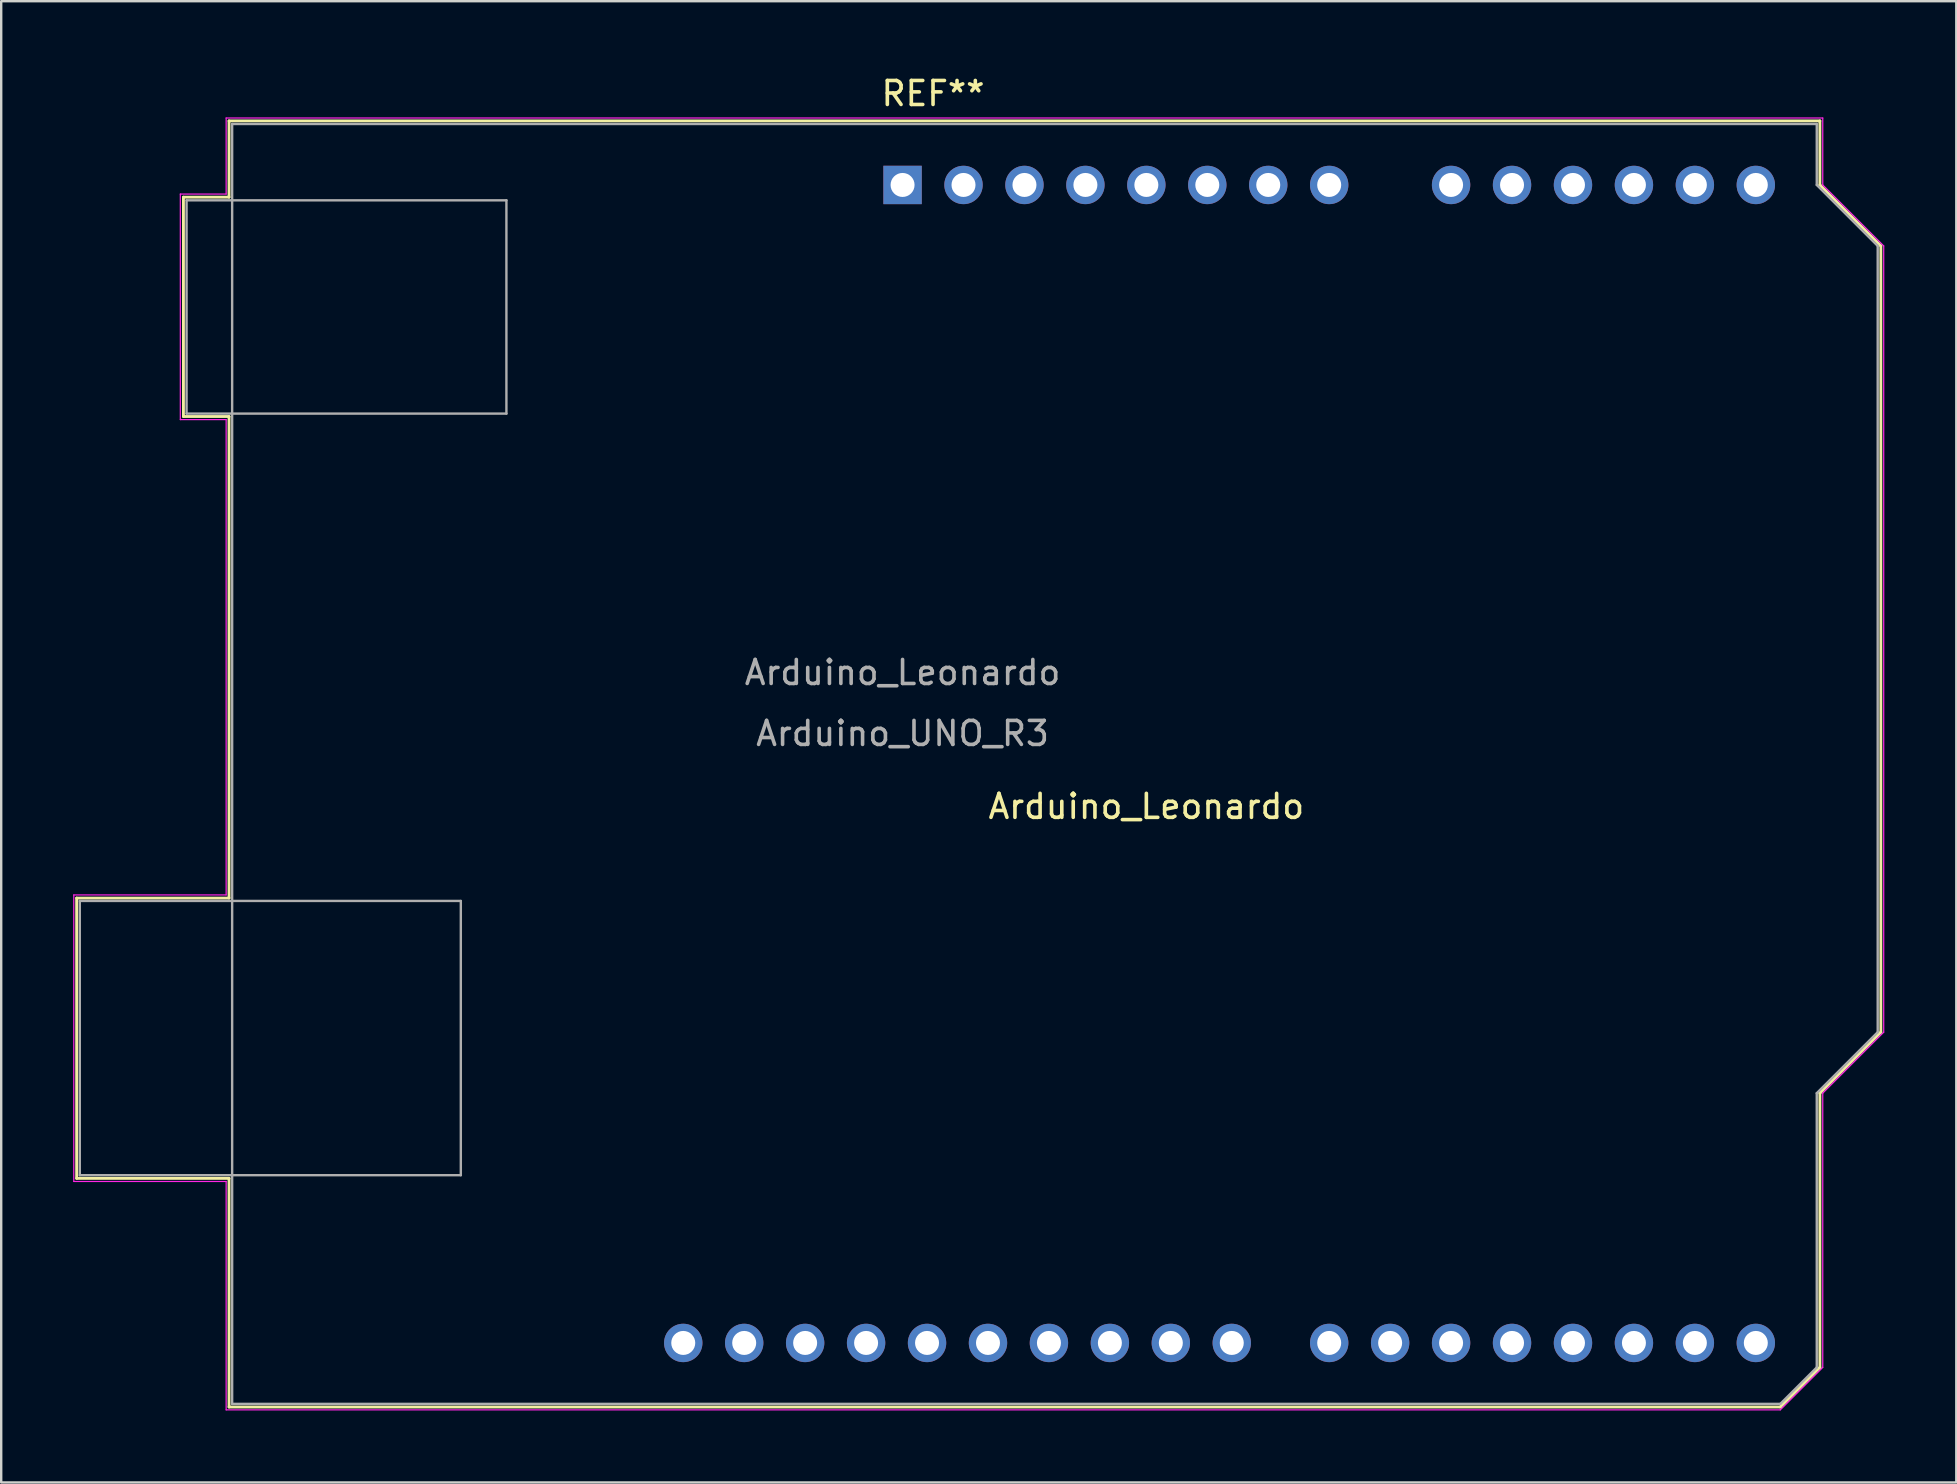
<source format=kicad_pcb>
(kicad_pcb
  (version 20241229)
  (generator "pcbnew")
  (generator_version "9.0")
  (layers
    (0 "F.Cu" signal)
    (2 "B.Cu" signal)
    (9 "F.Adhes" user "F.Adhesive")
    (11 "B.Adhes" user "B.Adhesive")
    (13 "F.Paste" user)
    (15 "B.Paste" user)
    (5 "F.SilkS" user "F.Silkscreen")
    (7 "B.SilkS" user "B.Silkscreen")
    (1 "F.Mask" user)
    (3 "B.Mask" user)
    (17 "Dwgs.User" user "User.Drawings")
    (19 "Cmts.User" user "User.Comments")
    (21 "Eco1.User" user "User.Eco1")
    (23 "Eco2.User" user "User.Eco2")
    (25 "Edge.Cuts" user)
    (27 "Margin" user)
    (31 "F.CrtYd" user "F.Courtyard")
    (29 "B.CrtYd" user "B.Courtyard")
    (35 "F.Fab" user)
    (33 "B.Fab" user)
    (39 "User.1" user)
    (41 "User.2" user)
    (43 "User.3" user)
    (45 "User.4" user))
  (footprint "Arduino_Leonardo"
    (layer "F.Cu")
    (at 44.725 30.058)
    (property "Reference" "Arduino_Leonardo" (at 0 0.5 0) (layer "F.SilkS") (effects (font (size 1 1) (thickness 0.15))))
    (attr through_hole)
    (fp_line (start -44.58 4.32) (end -44.58 16) (stroke (width 0.12) (type solid)) (layer "F.SilkS"))
    (fp_line (start -44.58 16) (end -38.23 16) (stroke (width 0.12) (type solid)) (layer "F.SilkS"))
    (fp_line (start -40.13 -24.89) (end -40.13 -15.75) (stroke (width 0.12) (type solid)) (layer "F.SilkS"))
    (fp_line (start -40.13 -15.75) (end -38.23 -15.75) (stroke (width 0.12) (type solid)) (layer "F.SilkS"))
    (fp_line (start -38.23 -28.07) (end -38.23 -24.89) (stroke (width 0.12) (type solid)) (layer "F.SilkS"))
    (fp_line (start -38.23 -24.89) (end -40.13 -24.89) (stroke (width 0.12) (type solid)) (layer "F.SilkS"))
    (fp_line (start -38.23 -15.75) (end -38.23 4.32) (stroke (width 0.12) (type solid)) (layer "F.SilkS"))
    (fp_line (start -38.23 4.32) (end -44.58 4.32) (stroke (width 0.12) (type solid)) (layer "F.SilkS"))
    (fp_line (start -38.23 16) (end -38.23 25.53) (stroke (width 0.12) (type solid)) (layer "F.SilkS"))
    (fp_line (start -38.23 25.53) (end 26.42 25.53) (stroke (width 0.12) (type solid)) (layer "F.SilkS"))
    (fp_line (start 26.42 25.53) (end 28.07 23.88) (stroke (width 0.12) (type solid)) (layer "F.SilkS"))
    (fp_line (start 28.07 -28.07) (end -38.23 -28.07) (stroke (width 0.12) (type solid)) (layer "F.SilkS"))
    (fp_line (start 28.07 -25.4) (end 28.07 -28.07) (stroke (width 0.12) (type solid)) (layer "F.SilkS"))
    (fp_line (start 28.07 12.45) (end 30.61 9.91) (stroke (width 0.12) (type solid)) (layer "F.SilkS"))
    (fp_line (start 28.07 23.88) (end 28.07 12.45) (stroke (width 0.12) (type solid)) (layer "F.SilkS"))
    (fp_line (start 30.61 -22.86) (end 28.07 -25.4) (stroke (width 0.12) (type solid)) (layer "F.SilkS"))
    (fp_line (start 30.61 9.91) (end 30.61 -22.86) (stroke (width 0.12) (type solid)) (layer "F.SilkS"))
    (fp_line (start -44.7 4.19) (end -38.35 4.19) (stroke (width 0.05) (type solid)) (layer "F.CrtYd"))
    (fp_line (start -44.7 16.13) (end -44.7 4.19) (stroke (width 0.05) (type solid)) (layer "F.CrtYd"))
    (fp_line (start -40.26 -25.02) (end -38.35 -25.02) (stroke (width 0.05) (type solid)) (layer "F.CrtYd"))
    (fp_line (start -40.26 -15.62) (end -40.26 -25.02) (stroke (width 0.05) (type solid)) (layer "F.CrtYd"))
    (fp_line (start -38.35 -28.19) (end 28.19 -28.19) (stroke (width 0.05) (type solid)) (layer "F.CrtYd"))
    (fp_line (start -38.35 -25.02) (end -38.35 -28.19) (stroke (width 0.05) (type solid)) (layer "F.CrtYd"))
    (fp_line (start -38.35 -15.62) (end -40.26 -15.62) (stroke (width 0.05) (type solid)) (layer "F.CrtYd"))
    (fp_line (start -38.35 4.19) (end -38.35 -15.62) (stroke (width 0.05) (type solid)) (layer "F.CrtYd"))
    (fp_line (start -38.35 16.13) (end -44.7 16.13) (stroke (width 0.05) (type solid)) (layer "F.CrtYd"))
    (fp_line (start -38.35 25.65) (end -38.35 16.13) (stroke (width 0.05) (type solid)) (layer "F.CrtYd"))
    (fp_line (start 26.42 25.65) (end -38.35 25.65) (stroke (width 0.05) (type solid)) (layer "F.CrtYd"))
    (fp_line (start 28.19 -28.19) (end 28.19 -25.4) (stroke (width 0.05) (type solid)) (layer "F.CrtYd"))
    (fp_line (start 28.19 -25.4) (end 30.73 -22.86) (stroke (width 0.05) (type solid)) (layer "F.CrtYd"))
    (fp_line (start 28.19 12.45) (end 28.19 23.88) (stroke (width 0.05) (type solid)) (layer "F.CrtYd"))
    (fp_line (start 28.19 23.88) (end 26.42 25.65) (stroke (width 0.05) (type solid)) (layer "F.CrtYd"))
    (fp_line (start 30.73 -22.86) (end 30.73 9.91) (stroke (width 0.05) (type solid)) (layer "F.CrtYd"))
    (fp_line (start 30.73 9.91) (end 28.19 12.45) (stroke (width 0.05) (type solid)) (layer "F.CrtYd"))
    (fp_line (start -44.45 4.44) (end -28.57 4.44) (stroke (width 0.1) (type solid)) (layer "F.Fab"))
    (fp_line (start -44.45 15.87) (end -44.45 4.44) (stroke (width 0.1) (type solid)) (layer "F.Fab"))
    (fp_line (start -40 -24.76) (end -26.67 -24.76) (stroke (width 0.1) (type solid)) (layer "F.Fab"))
    (fp_line (start -40 -15.87) (end -40 -24.76) (stroke (width 0.1) (type solid)) (layer "F.Fab"))
    (fp_line (start -38.1 -27.94) (end 27.94 -27.94) (stroke (width 0.1) (type solid)) (layer "F.Fab"))
    (fp_line (start -38.1 25.4) (end -38.1 -27.94) (stroke (width 0.1) (type solid)) (layer "F.Fab"))
    (fp_line (start -28.57 4.44) (end -28.57 15.87) (stroke (width 0.1) (type solid)) (layer "F.Fab"))
    (fp_line (start -28.57 15.87) (end -44.45 15.87) (stroke (width 0.1) (type solid)) (layer "F.Fab"))
    (fp_line (start -26.67 -24.76) (end -26.67 -15.87) (stroke (width 0.1) (type solid)) (layer "F.Fab"))
    (fp_line (start -26.67 -15.87) (end -40 -15.87) (stroke (width 0.1) (type solid)) (layer "F.Fab"))
    (fp_line (start 26.42 25.4) (end -38.1 25.4) (stroke (width 0.1) (type solid)) (layer "F.Fab"))
    (fp_line (start 27.94 -27.94) (end 27.94 -25.4) (stroke (width 0.1) (type solid)) (layer "F.Fab"))
    (fp_line (start 27.94 -25.4) (end 30.48 -22.86) (stroke (width 0.1) (type solid)) (layer "F.Fab"))
    (fp_line (start 27.94 12.45) (end 27.94 23.88) (stroke (width 0.1) (type solid)) (layer "F.Fab"))
    (fp_line (start 27.94 23.88) (end 26.42 25.4) (stroke (width 0.1) (type solid)) (layer "F.Fab"))
    (fp_line (start 30.48 -22.86) (end 30.48 9.91) (stroke (width 0.1) (type solid)) (layer "F.Fab"))
    (fp_line (start 30.48 9.91) (end 27.94 12.45) (stroke (width 0.1) (type solid)) (layer "F.Fab"))
    (fp_text user "REF**" (at -8.89 -29.21 180) (layer "F.SilkS") (effects (font (size 1 1) (thickness 0.15))))
    (fp_text user "Arduino_UNO_R3" (at -10.16 -2.54 0) (layer "F.Fab") (effects (font (size 1 1) (thickness 0.15))))
    (fp_text user "${REFERENCE}" (at -10.16 -5.08 180) (layer "F.Fab") (effects (font (size 1 1) (thickness 0.15))))
    (pad "1" thru_hole rect (at -10.16 -25.4 90) (size 1.6 1.6) (drill 1) (layers "*.Cu" "*.Mask"))
    (pad "2" thru_hole oval (at -7.62 -25.4 90) (size 1.6 1.6) (drill 1) (layers "*.Cu" "*.Mask"))
    (pad "3" thru_hole oval (at -5.08 -25.4 90) (size 1.6 1.6) (drill 1) (layers "*.Cu" "*.Mask"))
    (pad "4" thru_hole oval (at -2.54 -25.4 90) (size 1.6 1.6) (drill 1) (layers "*.Cu" "*.Mask"))
    (pad "5" thru_hole oval (at 0 -25.4 90) (size 1.6 1.6) (drill 1) (layers "*.Cu" "*.Mask"))
    (pad "6" thru_hole oval (at 2.54 -25.4 90) (size 1.6 1.6) (drill 1) (layers "*.Cu" "*.Mask"))
    (pad "7" thru_hole oval (at 5.08 -25.4 90) (size 1.6 1.6) (drill 1) (layers "*.Cu" "*.Mask"))
    (pad "8" thru_hole oval (at 7.62 -25.4 90) (size 1.6 1.6) (drill 1) (layers "*.Cu" "*.Mask"))
    (pad "9" thru_hole oval (at 12.7 -25.4 90) (size 1.6 1.6) (drill 1) (layers "*.Cu" "*.Mask"))
    (pad "10" thru_hole oval (at 15.24 -25.4 90) (size 1.6 1.6) (drill 1) (layers "*.Cu" "*.Mask"))
    (pad "11" thru_hole oval (at 17.78 -25.4 90) (size 1.6 1.6) (drill 1) (layers "*.Cu" "*.Mask"))
    (pad "12" thru_hole oval (at 20.32 -25.4 90) (size 1.6 1.6) (drill 1) (layers "*.Cu" "*.Mask"))
    (pad "13" thru_hole oval (at 22.86 -25.4 90) (size 1.6 1.6) (drill 1) (layers "*.Cu" "*.Mask"))
    (pad "14" thru_hole oval (at 25.4 -25.4 90) (size 1.6 1.6) (drill 1) (layers "*.Cu" "*.Mask"))
    (pad "15" thru_hole oval (at 25.4 22.86 90) (size 1.6 1.6) (drill 1) (layers "*.Cu" "*.Mask"))
    (pad "16" thru_hole oval (at 22.86 22.86 90) (size 1.6 1.6) (drill 1) (layers "*.Cu" "*.Mask"))
    (pad "17" thru_hole oval (at 20.32 22.86 90) (size 1.6 1.6) (drill 1) (layers "*.Cu" "*.Mask"))
    (pad "18" thru_hole oval (at 17.78 22.86 90) (size 1.6 1.6) (drill 1) (layers "*.Cu" "*.Mask"))
    (pad "19" thru_hole oval (at 15.24 22.86 90) (size 1.6 1.6) (drill 1) (layers "*.Cu" "*.Mask"))
    (pad "20" thru_hole oval (at 12.7 22.86 90) (size 1.6 1.6) (drill 1) (layers "*.Cu" "*.Mask"))
    (pad "21" thru_hole oval (at 10.16 22.86 90) (size 1.6 1.6) (drill 1) (layers "*.Cu" "*.Mask"))
    (pad "22" thru_hole oval (at 7.62 22.86 90) (size 1.6 1.6) (drill 1) (layers "*.Cu" "*.Mask"))
    (pad "23" thru_hole oval (at 3.56 22.86 90) (size 1.6 1.6) (drill 1) (layers "*.Cu" "*.Mask"))
    (pad "24" thru_hole oval (at 1.02 22.86 90) (size 1.6 1.6) (drill 1) (layers "*.Cu" "*.Mask"))
    (pad "25" thru_hole oval (at -1.52 22.86 90) (size 1.6 1.6) (drill 1) (layers "*.Cu" "*.Mask"))
    (pad "26" thru_hole oval (at -4.06 22.86 90) (size 1.6 1.6) (drill 1) (layers "*.Cu" "*.Mask"))
    (pad "27" thru_hole oval (at -6.6 22.86 90) (size 1.6 1.6) (drill 1) (layers "*.Cu" "*.Mask"))
    (pad "28" thru_hole oval (at -9.14 22.86 90) (size 1.6 1.6) (drill 1) (layers "*.Cu" "*.Mask"))
    (pad "29" thru_hole oval (at -11.68 22.86 90) (size 1.6 1.6) (drill 1) (layers "*.Cu" "*.Mask"))
    (pad "30" thru_hole oval (at -14.22 22.86 90) (size 1.6 1.6) (drill 1) (layers "*.Cu" "*.Mask"))
    (pad "31" thru_hole oval (at -16.76 22.86 90) (size 1.6 1.6) (drill 1) (layers "*.Cu" "*.Mask"))
    (pad "32" thru_hole oval (at -19.3 22.86 90) (size 1.6 1.6) (drill 1) (layers "*.Cu" "*.Mask")))
  (gr_rect
    (start -3 -3)
    (end 78.48 58.733)
    (stroke (width 0.1) (type default))
    (fill no)
    (layer "Edge.Cuts")))
</source>
